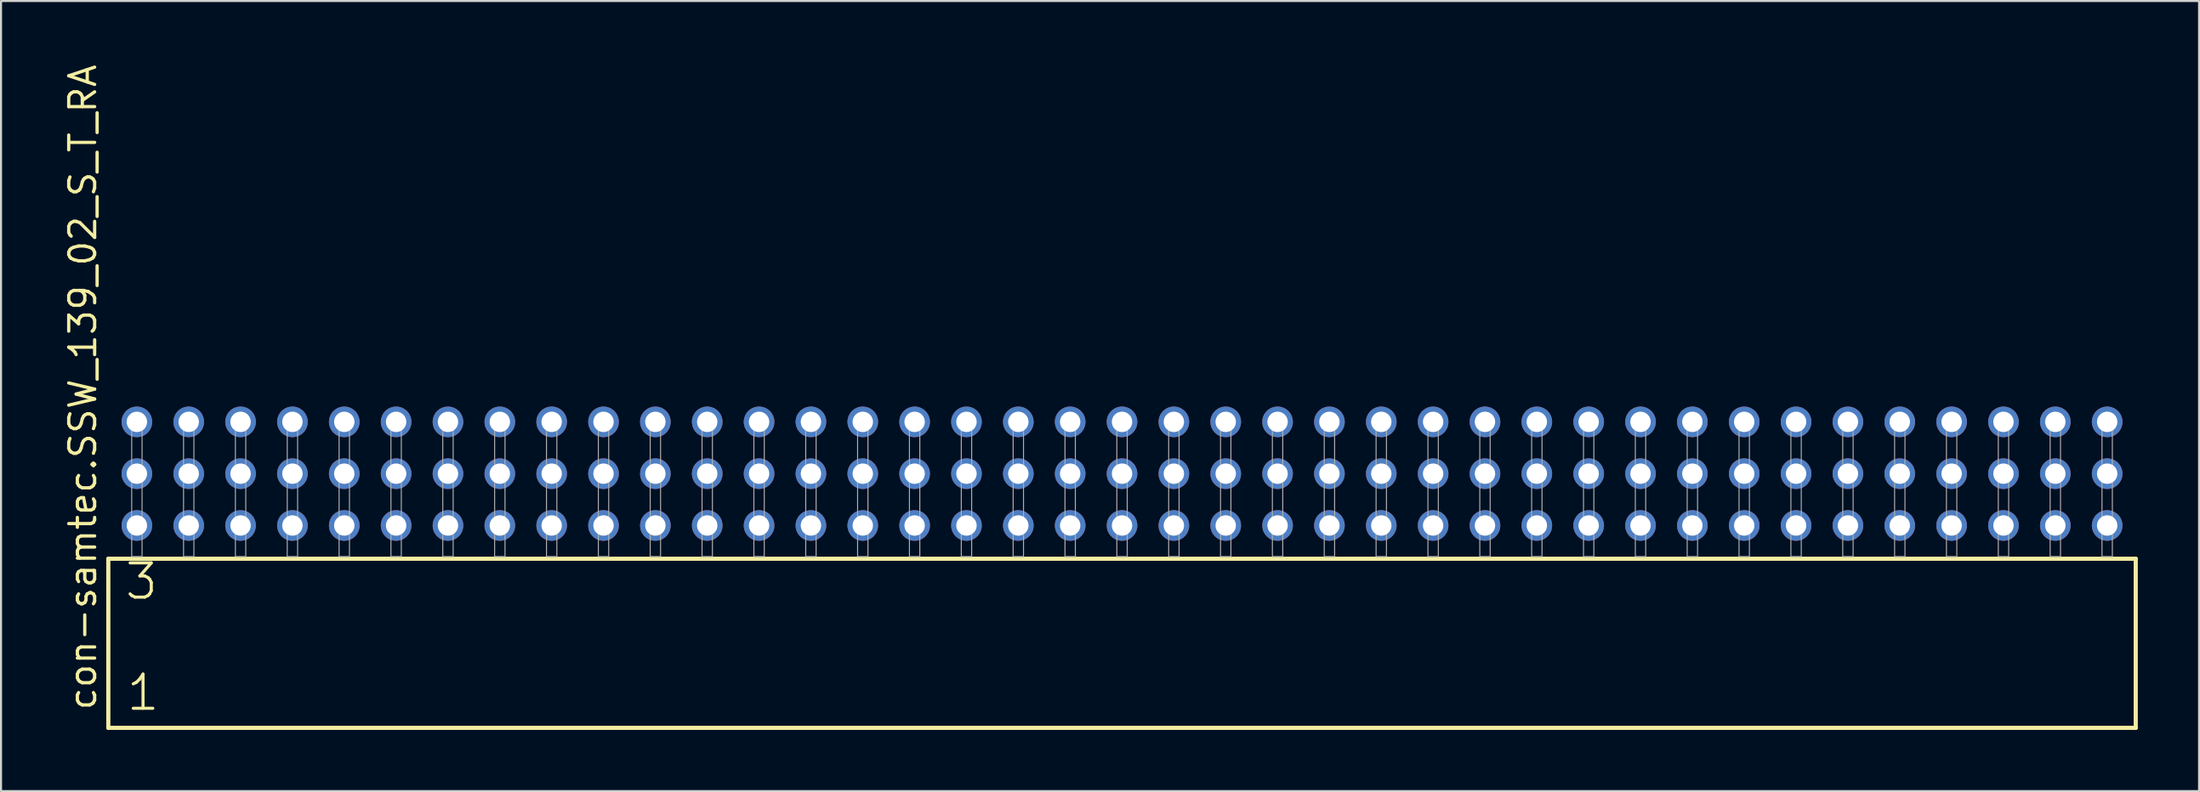
<source format=kicad_pcb>
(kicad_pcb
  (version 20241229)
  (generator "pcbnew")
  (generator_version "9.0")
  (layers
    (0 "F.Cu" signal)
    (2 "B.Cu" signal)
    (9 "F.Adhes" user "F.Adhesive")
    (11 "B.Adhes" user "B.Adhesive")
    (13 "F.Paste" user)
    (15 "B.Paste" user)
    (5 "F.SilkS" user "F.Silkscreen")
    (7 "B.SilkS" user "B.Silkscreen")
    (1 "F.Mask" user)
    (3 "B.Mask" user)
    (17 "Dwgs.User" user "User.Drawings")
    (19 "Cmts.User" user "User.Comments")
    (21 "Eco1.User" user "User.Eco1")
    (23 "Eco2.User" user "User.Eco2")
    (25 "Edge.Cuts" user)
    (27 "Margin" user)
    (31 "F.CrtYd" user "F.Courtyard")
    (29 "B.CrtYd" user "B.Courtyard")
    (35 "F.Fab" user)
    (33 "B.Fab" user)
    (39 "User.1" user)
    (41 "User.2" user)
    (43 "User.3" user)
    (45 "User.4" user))
  (footprint "con-samtec.SSW_139_02_S_T_RA"
    (layer "F.Cu")
    (at 51.915 24.235)
    (property "Reference" "con-samtec.SSW_139_02_S_T_RA" (at -50.165 7.62 90) (layer "F.SilkS") (effects (font (size 1.27 1.27) (thickness 0.16)) (justify left bottom)))
    (attr through_hole)
    (fp_line (start -49.659 0.106) (end -49.659 8.396) (stroke (width 0.203) (type default)) (layer "F.SilkS"))
    (fp_line (start -49.659 8.396) (end 49.659 8.396) (stroke (width 0.203) (type default)) (layer "F.SilkS"))
    (fp_line (start 49.659 0.106) (end -49.659 0.106) (stroke (width 0.203) (type default)) (layer "F.SilkS"))
    (fp_line (start 49.659 8.396) (end 49.659 0.106) (stroke (width 0.203) (type default)) (layer "F.SilkS"))
    (fp_rect (start -48.514 0) (end -48.006 -6.858) (stroke (width 0.05) (type default)) (fill no) (layer "F.Fab"))
    (fp_rect (start -45.974 0) (end -45.466 -6.858) (stroke (width 0.05) (type default)) (fill no) (layer "F.Fab"))
    (fp_rect (start -43.434 0) (end -42.926 -6.858) (stroke (width 0.05) (type default)) (fill no) (layer "F.Fab"))
    (fp_rect (start -40.894 0) (end -40.386 -6.858) (stroke (width 0.05) (type default)) (fill no) (layer "F.Fab"))
    (fp_rect (start -38.354 0) (end -37.846 -6.858) (stroke (width 0.05) (type default)) (fill no) (layer "F.Fab"))
    (fp_rect (start -35.814 0) (end -35.306 -6.858) (stroke (width 0.05) (type default)) (fill no) (layer "F.Fab"))
    (fp_rect (start -33.274 0) (end -32.766 -6.858) (stroke (width 0.05) (type default)) (fill no) (layer "F.Fab"))
    (fp_rect (start -30.734 0) (end -30.226 -6.858) (stroke (width 0.05) (type default)) (fill no) (layer "F.Fab"))
    (fp_rect (start -28.194 0) (end -27.686 -6.858) (stroke (width 0.05) (type default)) (fill no) (layer "F.Fab"))
    (fp_rect (start -25.654 0) (end -25.146 -6.858) (stroke (width 0.05) (type default)) (fill no) (layer "F.Fab"))
    (fp_rect (start -23.114 0) (end -22.606 -6.858) (stroke (width 0.05) (type default)) (fill no) (layer "F.Fab"))
    (fp_rect (start -20.574 0) (end -20.066 -6.858) (stroke (width 0.05) (type default)) (fill no) (layer "F.Fab"))
    (fp_rect (start -18.034 0) (end -17.526 -6.858) (stroke (width 0.05) (type default)) (fill no) (layer "F.Fab"))
    (fp_rect (start -15.494 0) (end -14.986 -6.858) (stroke (width 0.05) (type default)) (fill no) (layer "F.Fab"))
    (fp_rect (start -12.954 0) (end -12.446 -6.858) (stroke (width 0.05) (type default)) (fill no) (layer "F.Fab"))
    (fp_rect (start -10.414 0) (end -9.906 -6.858) (stroke (width 0.05) (type default)) (fill no) (layer "F.Fab"))
    (fp_rect (start -7.874 0) (end -7.366 -6.858) (stroke (width 0.05) (type default)) (fill no) (layer "F.Fab"))
    (fp_rect (start -5.334 0) (end -4.826 -6.858) (stroke (width 0.05) (type default)) (fill no) (layer "F.Fab"))
    (fp_rect (start -2.794 0) (end -2.286 -6.858) (stroke (width 0.05) (type default)) (fill no) (layer "F.Fab"))
    (fp_rect (start -0.254 0) (end 0.254 -6.858) (stroke (width 0.05) (type default)) (fill no) (layer "F.Fab"))
    (fp_rect (start 2.286 0) (end 2.794 -6.858) (stroke (width 0.05) (type default)) (fill no) (layer "F.Fab"))
    (fp_rect (start 4.826 0) (end 5.334 -6.858) (stroke (width 0.05) (type default)) (fill no) (layer "F.Fab"))
    (fp_rect (start 7.366 0) (end 7.874 -6.858) (stroke (width 0.05) (type default)) (fill no) (layer "F.Fab"))
    (fp_rect (start 9.906 0) (end 10.414 -6.858) (stroke (width 0.05) (type default)) (fill no) (layer "F.Fab"))
    (fp_rect (start 12.446 0) (end 12.954 -6.858) (stroke (width 0.05) (type default)) (fill no) (layer "F.Fab"))
    (fp_rect (start 14.986 0) (end 15.494 -6.858) (stroke (width 0.05) (type default)) (fill no) (layer "F.Fab"))
    (fp_rect (start 17.526 0) (end 18.034 -6.858) (stroke (width 0.05) (type default)) (fill no) (layer "F.Fab"))
    (fp_rect (start 20.066 0) (end 20.574 -6.858) (stroke (width 0.05) (type default)) (fill no) (layer "F.Fab"))
    (fp_rect (start 22.606 0) (end 23.114 -6.858) (stroke (width 0.05) (type default)) (fill no) (layer "F.Fab"))
    (fp_rect (start 25.146 0) (end 25.654 -6.858) (stroke (width 0.05) (type default)) (fill no) (layer "F.Fab"))
    (fp_rect (start 27.686 0) (end 28.194 -6.858) (stroke (width 0.05) (type default)) (fill no) (layer "F.Fab"))
    (fp_rect (start 30.226 0) (end 30.734 -6.858) (stroke (width 0.05) (type default)) (fill no) (layer "F.Fab"))
    (fp_rect (start 32.766 0) (end 33.274 -6.858) (stroke (width 0.05) (type default)) (fill no) (layer "F.Fab"))
    (fp_rect (start 35.306 0) (end 35.814 -6.858) (stroke (width 0.05) (type default)) (fill no) (layer "F.Fab"))
    (fp_rect (start 37.846 0) (end 38.354 -6.858) (stroke (width 0.05) (type default)) (fill no) (layer "F.Fab"))
    (fp_rect (start 40.386 0) (end 40.894 -6.858) (stroke (width 0.05) (type default)) (fill no) (layer "F.Fab"))
    (fp_rect (start 42.926 0) (end 43.434 -6.858) (stroke (width 0.05) (type default)) (fill no) (layer "F.Fab"))
    (fp_rect (start 45.466 0) (end 45.974 -6.858) (stroke (width 0.05) (type default)) (fill no) (layer "F.Fab"))
    (fp_rect (start 48.006 0) (end 48.514 -6.858) (stroke (width 0.05) (type default)) (fill no) (layer "F.Fab"))
    (fp_text user "1" (at -48.855 7.65 0) (layer "F.SilkS") (effects (font (size 1.676 1.676) (thickness 0.15)) (justify left bottom)))
    (fp_text user "3" (at -48.93 2.2 0) (layer "F.SilkS") (effects (font (size 1.676 1.676) (thickness 0.15)) (justify left bottom)))
    (pad "1" thru_hole circle (at -48.26 -1.524) (size 1.5 1.5) (drill 1) (layers "*.Cu" "*.Mask"))
    (pad "2" thru_hole circle (at -48.26 -4.064) (size 1.5 1.5) (drill 1) (layers "*.Cu" "*.Mask"))
    (pad "3" thru_hole circle (at -48.26 -6.604) (size 1.5 1.5) (drill 1) (layers "*.Cu" "*.Mask"))
    (pad "4" thru_hole circle (at -45.72 -1.524) (size 1.5 1.5) (drill 1) (layers "*.Cu" "*.Mask"))
    (pad "5" thru_hole circle (at -45.72 -4.064) (size 1.5 1.5) (drill 1) (layers "*.Cu" "*.Mask"))
    (pad "6" thru_hole circle (at -45.72 -6.604) (size 1.5 1.5) (drill 1) (layers "*.Cu" "*.Mask"))
    (pad "7" thru_hole circle (at -43.18 -1.524) (size 1.5 1.5) (drill 1) (layers "*.Cu" "*.Mask"))
    (pad "8" thru_hole circle (at -43.18 -4.064) (size 1.5 1.5) (drill 1) (layers "*.Cu" "*.Mask"))
    (pad "9" thru_hole circle (at -43.18 -6.604) (size 1.5 1.5) (drill 1) (layers "*.Cu" "*.Mask"))
    (pad "10" thru_hole circle (at -40.64 -1.524) (size 1.5 1.5) (drill 1) (layers "*.Cu" "*.Mask"))
    (pad "11" thru_hole circle (at -40.64 -4.064) (size 1.5 1.5) (drill 1) (layers "*.Cu" "*.Mask"))
    (pad "12" thru_hole circle (at -40.64 -6.604) (size 1.5 1.5) (drill 1) (layers "*.Cu" "*.Mask"))
    (pad "13" thru_hole circle (at -38.1 -1.524) (size 1.5 1.5) (drill 1) (layers "*.Cu" "*.Mask"))
    (pad "14" thru_hole circle (at -38.1 -4.064) (size 1.5 1.5) (drill 1) (layers "*.Cu" "*.Mask"))
    (pad "15" thru_hole circle (at -38.1 -6.604) (size 1.5 1.5) (drill 1) (layers "*.Cu" "*.Mask"))
    (pad "16" thru_hole circle (at -35.56 -1.524) (size 1.5 1.5) (drill 1) (layers "*.Cu" "*.Mask"))
    (pad "17" thru_hole circle (at -35.56 -4.064) (size 1.5 1.5) (drill 1) (layers "*.Cu" "*.Mask"))
    (pad "18" thru_hole circle (at -35.56 -6.604) (size 1.5 1.5) (drill 1) (layers "*.Cu" "*.Mask"))
    (pad "19" thru_hole circle (at -33.02 -1.524) (size 1.5 1.5) (drill 1) (layers "*.Cu" "*.Mask"))
    (pad "20" thru_hole circle (at -33.02 -4.064) (size 1.5 1.5) (drill 1) (layers "*.Cu" "*.Mask"))
    (pad "21" thru_hole circle (at -33.02 -6.604) (size 1.5 1.5) (drill 1) (layers "*.Cu" "*.Mask"))
    (pad "22" thru_hole circle (at -30.48 -1.524) (size 1.5 1.5) (drill 1) (layers "*.Cu" "*.Mask"))
    (pad "23" thru_hole circle (at -30.48 -4.064) (size 1.5 1.5) (drill 1) (layers "*.Cu" "*.Mask"))
    (pad "24" thru_hole circle (at -30.48 -6.604) (size 1.5 1.5) (drill 1) (layers "*.Cu" "*.Mask"))
    (pad "25" thru_hole circle (at -27.94 -1.524) (size 1.5 1.5) (drill 1) (layers "*.Cu" "*.Mask"))
    (pad "26" thru_hole circle (at -27.94 -4.064) (size 1.5 1.5) (drill 1) (layers "*.Cu" "*.Mask"))
    (pad "27" thru_hole circle (at -27.94 -6.604) (size 1.5 1.5) (drill 1) (layers "*.Cu" "*.Mask"))
    (pad "28" thru_hole circle (at -25.4 -1.524) (size 1.5 1.5) (drill 1) (layers "*.Cu" "*.Mask"))
    (pad "29" thru_hole circle (at -25.4 -4.064) (size 1.5 1.5) (drill 1) (layers "*.Cu" "*.Mask"))
    (pad "30" thru_hole circle (at -25.4 -6.604) (size 1.5 1.5) (drill 1) (layers "*.Cu" "*.Mask"))
    (pad "31" thru_hole circle (at -22.86 -1.524) (size 1.5 1.5) (drill 1) (layers "*.Cu" "*.Mask"))
    (pad "32" thru_hole circle (at -22.86 -4.064) (size 1.5 1.5) (drill 1) (layers "*.Cu" "*.Mask"))
    (pad "33" thru_hole circle (at -22.86 -6.604) (size 1.5 1.5) (drill 1) (layers "*.Cu" "*.Mask"))
    (pad "34" thru_hole circle (at -20.32 -1.524) (size 1.5 1.5) (drill 1) (layers "*.Cu" "*.Mask"))
    (pad "35" thru_hole circle (at -20.32 -4.064) (size 1.5 1.5) (drill 1) (layers "*.Cu" "*.Mask"))
    (pad "36" thru_hole circle (at -20.32 -6.604) (size 1.5 1.5) (drill 1) (layers "*.Cu" "*.Mask"))
    (pad "37" thru_hole circle (at -17.78 -1.524) (size 1.5 1.5) (drill 1) (layers "*.Cu" "*.Mask"))
    (pad "38" thru_hole circle (at -17.78 -4.064) (size 1.5 1.5) (drill 1) (layers "*.Cu" "*.Mask"))
    (pad "39" thru_hole circle (at -17.78 -6.604) (size 1.5 1.5) (drill 1) (layers "*.Cu" "*.Mask"))
    (pad "40" thru_hole circle (at -15.24 -1.524) (size 1.5 1.5) (drill 1) (layers "*.Cu" "*.Mask"))
    (pad "41" thru_hole circle (at -15.24 -4.064) (size 1.5 1.5) (drill 1) (layers "*.Cu" "*.Mask"))
    (pad "42" thru_hole circle (at -15.24 -6.604) (size 1.5 1.5) (drill 1) (layers "*.Cu" "*.Mask"))
    (pad "43" thru_hole circle (at -12.7 -1.524) (size 1.5 1.5) (drill 1) (layers "*.Cu" "*.Mask"))
    (pad "44" thru_hole circle (at -12.7 -4.064) (size 1.5 1.5) (drill 1) (layers "*.Cu" "*.Mask"))
    (pad "45" thru_hole circle (at -12.7 -6.604) (size 1.5 1.5) (drill 1) (layers "*.Cu" "*.Mask"))
    (pad "46" thru_hole circle (at -10.16 -1.524) (size 1.5 1.5) (drill 1) (layers "*.Cu" "*.Mask"))
    (pad "47" thru_hole circle (at -10.16 -4.064) (size 1.5 1.5) (drill 1) (layers "*.Cu" "*.Mask"))
    (pad "48" thru_hole circle (at -10.16 -6.604) (size 1.5 1.5) (drill 1) (layers "*.Cu" "*.Mask"))
    (pad "49" thru_hole circle (at -7.62 -1.524) (size 1.5 1.5) (drill 1) (layers "*.Cu" "*.Mask"))
    (pad "50" thru_hole circle (at -7.62 -4.064) (size 1.5 1.5) (drill 1) (layers "*.Cu" "*.Mask"))
    (pad "51" thru_hole circle (at -7.62 -6.604) (size 1.5 1.5) (drill 1) (layers "*.Cu" "*.Mask"))
    (pad "52" thru_hole circle (at -5.08 -1.524) (size 1.5 1.5) (drill 1) (layers "*.Cu" "*.Mask"))
    (pad "53" thru_hole circle (at -5.08 -4.064) (size 1.5 1.5) (drill 1) (layers "*.Cu" "*.Mask"))
    (pad "54" thru_hole circle (at -5.08 -6.604) (size 1.5 1.5) (drill 1) (layers "*.Cu" "*.Mask"))
    (pad "55" thru_hole circle (at -2.54 -1.524) (size 1.5 1.5) (drill 1) (layers "*.Cu" "*.Mask"))
    (pad "56" thru_hole circle (at -2.54 -4.064) (size 1.5 1.5) (drill 1) (layers "*.Cu" "*.Mask"))
    (pad "57" thru_hole circle (at -2.54 -6.604) (size 1.5 1.5) (drill 1) (layers "*.Cu" "*.Mask"))
    (pad "58" thru_hole circle (at 0 -1.524) (size 1.5 1.5) (drill 1) (layers "*.Cu" "*.Mask"))
    (pad "59" thru_hole circle (at 0 -4.064) (size 1.5 1.5) (drill 1) (layers "*.Cu" "*.Mask"))
    (pad "60" thru_hole circle (at 0 -6.604) (size 1.5 1.5) (drill 1) (layers "*.Cu" "*.Mask"))
    (pad "61" thru_hole circle (at 2.54 -1.524) (size 1.5 1.5) (drill 1) (layers "*.Cu" "*.Mask"))
    (pad "62" thru_hole circle (at 2.54 -4.064) (size 1.5 1.5) (drill 1) (layers "*.Cu" "*.Mask"))
    (pad "63" thru_hole circle (at 2.54 -6.604) (size 1.5 1.5) (drill 1) (layers "*.Cu" "*.Mask"))
    (pad "64" thru_hole circle (at 5.08 -1.524) (size 1.5 1.5) (drill 1) (layers "*.Cu" "*.Mask"))
    (pad "65" thru_hole circle (at 5.08 -4.064) (size 1.5 1.5) (drill 1) (layers "*.Cu" "*.Mask"))
    (pad "66" thru_hole circle (at 5.08 -6.604) (size 1.5 1.5) (drill 1) (layers "*.Cu" "*.Mask"))
    (pad "67" thru_hole circle (at 7.62 -1.524) (size 1.5 1.5) (drill 1) (layers "*.Cu" "*.Mask"))
    (pad "68" thru_hole circle (at 7.62 -4.064) (size 1.5 1.5) (drill 1) (layers "*.Cu" "*.Mask"))
    (pad "69" thru_hole circle (at 7.62 -6.604) (size 1.5 1.5) (drill 1) (layers "*.Cu" "*.Mask"))
    (pad "70" thru_hole circle (at 10.16 -1.524) (size 1.5 1.5) (drill 1) (layers "*.Cu" "*.Mask"))
    (pad "71" thru_hole circle (at 10.16 -4.064) (size 1.5 1.5) (drill 1) (layers "*.Cu" "*.Mask"))
    (pad "72" thru_hole circle (at 10.16 -6.604) (size 1.5 1.5) (drill 1) (layers "*.Cu" "*.Mask"))
    (pad "73" thru_hole circle (at 12.7 -1.524) (size 1.5 1.5) (drill 1) (layers "*.Cu" "*.Mask"))
    (pad "74" thru_hole circle (at 12.7 -4.064) (size 1.5 1.5) (drill 1) (layers "*.Cu" "*.Mask"))
    (pad "75" thru_hole circle (at 12.7 -6.604) (size 1.5 1.5) (drill 1) (layers "*.Cu" "*.Mask"))
    (pad "76" thru_hole circle (at 15.24 -1.524) (size 1.5 1.5) (drill 1) (layers "*.Cu" "*.Mask"))
    (pad "77" thru_hole circle (at 15.24 -4.064) (size 1.5 1.5) (drill 1) (layers "*.Cu" "*.Mask"))
    (pad "78" thru_hole circle (at 15.24 -6.604) (size 1.5 1.5) (drill 1) (layers "*.Cu" "*.Mask"))
    (pad "79" thru_hole circle (at 17.78 -1.524) (size 1.5 1.5) (drill 1) (layers "*.Cu" "*.Mask"))
    (pad "80" thru_hole circle (at 17.78 -4.064) (size 1.5 1.5) (drill 1) (layers "*.Cu" "*.Mask"))
    (pad "81" thru_hole circle (at 17.78 -6.604) (size 1.5 1.5) (drill 1) (layers "*.Cu" "*.Mask"))
    (pad "82" thru_hole circle (at 20.32 -1.524) (size 1.5 1.5) (drill 1) (layers "*.Cu" "*.Mask"))
    (pad "83" thru_hole circle (at 20.32 -4.064) (size 1.5 1.5) (drill 1) (layers "*.Cu" "*.Mask"))
    (pad "84" thru_hole circle (at 20.32 -6.604) (size 1.5 1.5) (drill 1) (layers "*.Cu" "*.Mask"))
    (pad "85" thru_hole circle (at 22.86 -1.524) (size 1.5 1.5) (drill 1) (layers "*.Cu" "*.Mask"))
    (pad "86" thru_hole circle (at 22.86 -4.064) (size 1.5 1.5) (drill 1) (layers "*.Cu" "*.Mask"))
    (pad "87" thru_hole circle (at 22.86 -6.604) (size 1.5 1.5) (drill 1) (layers "*.Cu" "*.Mask"))
    (pad "88" thru_hole circle (at 25.4 -1.524) (size 1.5 1.5) (drill 1) (layers "*.Cu" "*.Mask"))
    (pad "89" thru_hole circle (at 25.4 -4.064) (size 1.5 1.5) (drill 1) (layers "*.Cu" "*.Mask"))
    (pad "90" thru_hole circle (at 25.4 -6.604) (size 1.5 1.5) (drill 1) (layers "*.Cu" "*.Mask"))
    (pad "91" thru_hole circle (at 27.94 -1.524) (size 1.5 1.5) (drill 1) (layers "*.Cu" "*.Mask"))
    (pad "92" thru_hole circle (at 27.94 -4.064) (size 1.5 1.5) (drill 1) (layers "*.Cu" "*.Mask"))
    (pad "93" thru_hole circle (at 27.94 -6.604) (size 1.5 1.5) (drill 1) (layers "*.Cu" "*.Mask"))
    (pad "94" thru_hole circle (at 30.48 -1.524) (size 1.5 1.5) (drill 1) (layers "*.Cu" "*.Mask"))
    (pad "95" thru_hole circle (at 30.48 -4.064) (size 1.5 1.5) (drill 1) (layers "*.Cu" "*.Mask"))
    (pad "96" thru_hole circle (at 30.48 -6.604) (size 1.5 1.5) (drill 1) (layers "*.Cu" "*.Mask"))
    (pad "97" thru_hole circle (at 33.02 -1.524) (size 1.5 1.5) (drill 1) (layers "*.Cu" "*.Mask"))
    (pad "98" thru_hole circle (at 33.02 -4.064) (size 1.5 1.5) (drill 1) (layers "*.Cu" "*.Mask"))
    (pad "99" thru_hole circle (at 33.02 -6.604) (size 1.5 1.5) (drill 1) (layers "*.Cu" "*.Mask"))
    (pad "100" thru_hole circle (at 35.56 -1.524) (size 1.5 1.5) (drill 1) (layers "*.Cu" "*.Mask"))
    (pad "101" thru_hole circle (at 35.56 -4.064) (size 1.5 1.5) (drill 1) (layers "*.Cu" "*.Mask"))
    (pad "102" thru_hole circle (at 35.56 -6.604) (size 1.5 1.5) (drill 1) (layers "*.Cu" "*.Mask"))
    (pad "103" thru_hole circle (at 38.1 -1.524) (size 1.5 1.5) (drill 1) (layers "*.Cu" "*.Mask"))
    (pad "104" thru_hole circle (at 38.1 -4.064) (size 1.5 1.5) (drill 1) (layers "*.Cu" "*.Mask"))
    (pad "105" thru_hole circle (at 38.1 -6.604) (size 1.5 1.5) (drill 1) (layers "*.Cu" "*.Mask"))
    (pad "106" thru_hole circle (at 40.64 -1.524) (size 1.5 1.5) (drill 1) (layers "*.Cu" "*.Mask"))
    (pad "107" thru_hole circle (at 40.64 -4.064) (size 1.5 1.5) (drill 1) (layers "*.Cu" "*.Mask"))
    (pad "108" thru_hole circle (at 40.64 -6.604) (size 1.5 1.5) (drill 1) (layers "*.Cu" "*.Mask"))
    (pad "109" thru_hole circle (at 43.18 -1.524) (size 1.5 1.5) (drill 1) (layers "*.Cu" "*.Mask"))
    (pad "110" thru_hole circle (at 43.18 -4.064) (size 1.5 1.5) (drill 1) (layers "*.Cu" "*.Mask"))
    (pad "111" thru_hole circle (at 43.18 -6.604) (size 1.5 1.5) (drill 1) (layers "*.Cu" "*.Mask"))
    (pad "112" thru_hole circle (at 45.72 -1.524) (size 1.5 1.5) (drill 1) (layers "*.Cu" "*.Mask"))
    (pad "113" thru_hole circle (at 45.72 -4.064) (size 1.5 1.5) (drill 1) (layers "*.Cu" "*.Mask"))
    (pad "114" thru_hole circle (at 45.72 -6.604) (size 1.5 1.5) (drill 1) (layers "*.Cu" "*.Mask"))
    (pad "115" thru_hole circle (at 48.26 -1.524) (size 1.5 1.5) (drill 1) (layers "*.Cu" "*.Mask"))
    (pad "116" thru_hole circle (at 48.26 -4.064) (size 1.5 1.5) (drill 1) (layers "*.Cu" "*.Mask"))
    (pad "117" thru_hole circle (at 48.26 -6.604) (size 1.5 1.5) (drill 1) (layers "*.Cu" "*.Mask")))
  (gr_rect
    (start -3 -3)
    (end 104.676 35.733)
    (stroke (width 0.1) (type default))
    (fill no)
    (layer "Edge.Cuts")))
</source>
